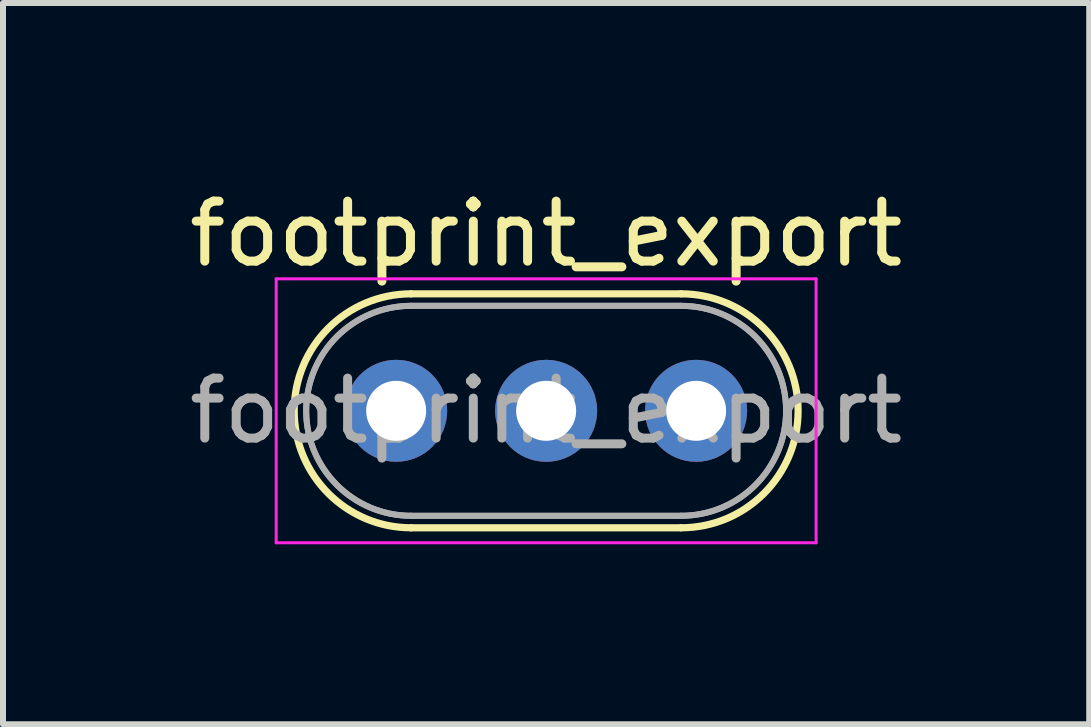
<source format=kicad_pcb>
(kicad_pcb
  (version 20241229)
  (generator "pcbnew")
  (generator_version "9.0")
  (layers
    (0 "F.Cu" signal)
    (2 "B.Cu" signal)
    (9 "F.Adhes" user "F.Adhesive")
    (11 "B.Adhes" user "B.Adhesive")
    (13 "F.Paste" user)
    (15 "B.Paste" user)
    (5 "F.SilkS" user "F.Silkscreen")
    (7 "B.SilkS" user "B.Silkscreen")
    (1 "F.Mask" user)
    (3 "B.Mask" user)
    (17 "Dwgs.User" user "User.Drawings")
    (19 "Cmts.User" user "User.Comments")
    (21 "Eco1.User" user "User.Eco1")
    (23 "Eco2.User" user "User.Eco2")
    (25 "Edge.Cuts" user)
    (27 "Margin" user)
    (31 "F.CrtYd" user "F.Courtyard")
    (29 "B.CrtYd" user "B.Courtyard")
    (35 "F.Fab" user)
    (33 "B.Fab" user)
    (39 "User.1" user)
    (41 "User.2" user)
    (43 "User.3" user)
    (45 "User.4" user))
  (footprint "footprint_export"
    (layer "F.Cu")
    (at 3.554 3.798)
    (property "Reference" "footprint_export" (at 2.5 -2.95 0) (layer "F.SilkS") (effects (font (size 1 1) (thickness 0.15))))
    (attr through_hole)
    (fp_line (start 0.25 -1.95) (end 4.75 -1.95) (stroke (width 0.12) (type solid)) (layer "F.SilkS"))
    (fp_line (start 0.25 1.95) (end 4.75 1.95) (stroke (width 0.12) (type solid)) (layer "F.SilkS"))
    (fp_arc (start 0.25 1.95) (mid -1.7 0) (end 0.25 -1.95) (stroke (width 0.12) (type solid)) (layer "F.SilkS"))
    (fp_arc (start 4.75 -1.95) (mid 6.7 0) (end 4.75 1.95) (stroke (width 0.12) (type solid)) (layer "F.SilkS"))
    (fp_line (start -2 -2.2) (end -2 2.2) (stroke (width 0.05) (type solid)) (layer "F.CrtYd"))
    (fp_line (start -2 2.2) (end 7 2.2) (stroke (width 0.05) (type solid)) (layer "F.CrtYd"))
    (fp_line (start 7 -2.2) (end -2 -2.2) (stroke (width 0.05) (type solid)) (layer "F.CrtYd"))
    (fp_line (start 7 2.2) (end 7 -2.2) (stroke (width 0.05) (type solid)) (layer "F.CrtYd"))
    (fp_line (start 0.25 -1.75) (end 4.75 -1.75) (stroke (width 0.1) (type solid)) (layer "F.Fab"))
    (fp_line (start 0.25 -1.75) (end 4.75 -1.75) (stroke (width 0.1) (type solid)) (layer "F.Fab"))
    (fp_line (start 0.25 1.75) (end 4.75 1.75) (stroke (width 0.1) (type solid)) (layer "F.Fab"))
    (fp_line (start 0.25 1.75) (end 4.75 1.75) (stroke (width 0.1) (type solid)) (layer "F.Fab"))
    (fp_arc (start 0.25 1.75) (mid -1.5 0) (end 0.25 -1.75) (stroke (width 0.1) (type solid)) (layer "F.Fab"))
    (fp_arc (start 0.25 1.75) (mid -1.5 0) (end 0.25 -1.75) (stroke (width 0.1) (type solid)) (layer "F.Fab"))
    (fp_arc (start 4.75 -1.75) (mid 6.5 0) (end 4.75 1.75) (stroke (width 0.1) (type solid)) (layer "F.Fab"))
    (fp_arc (start 4.75 -1.75) (mid 6.5 0) (end 4.75 1.75) (stroke (width 0.1) (type solid)) (layer "F.Fab"))
    (fp_text user "${REFERENCE}" (at 2.5 0 0) (layer "F.Fab") (effects (font (size 1 1) (thickness 0.15))))
    (pad "1" thru_hole circle (at 0 0) (size 1.7 1.7) (drill 1) (layers "*.Cu" "*.Mask"))
    (pad "2" thru_hole circle (at 2.5 0) (size 1.7 1.7) (drill 1) (layers "*.Cu" "*.Mask"))
    (pad "3" thru_hole circle (at 5 0) (size 1.7 1.7) (drill 1) (layers "*.Cu" "*.Mask")))
  (gr_rect
    (start -3 -3)
    (end 15.107 9.023)
    (stroke (width 0.1) (type default))
    (fill no)
    (layer "Edge.Cuts")))
</source>
